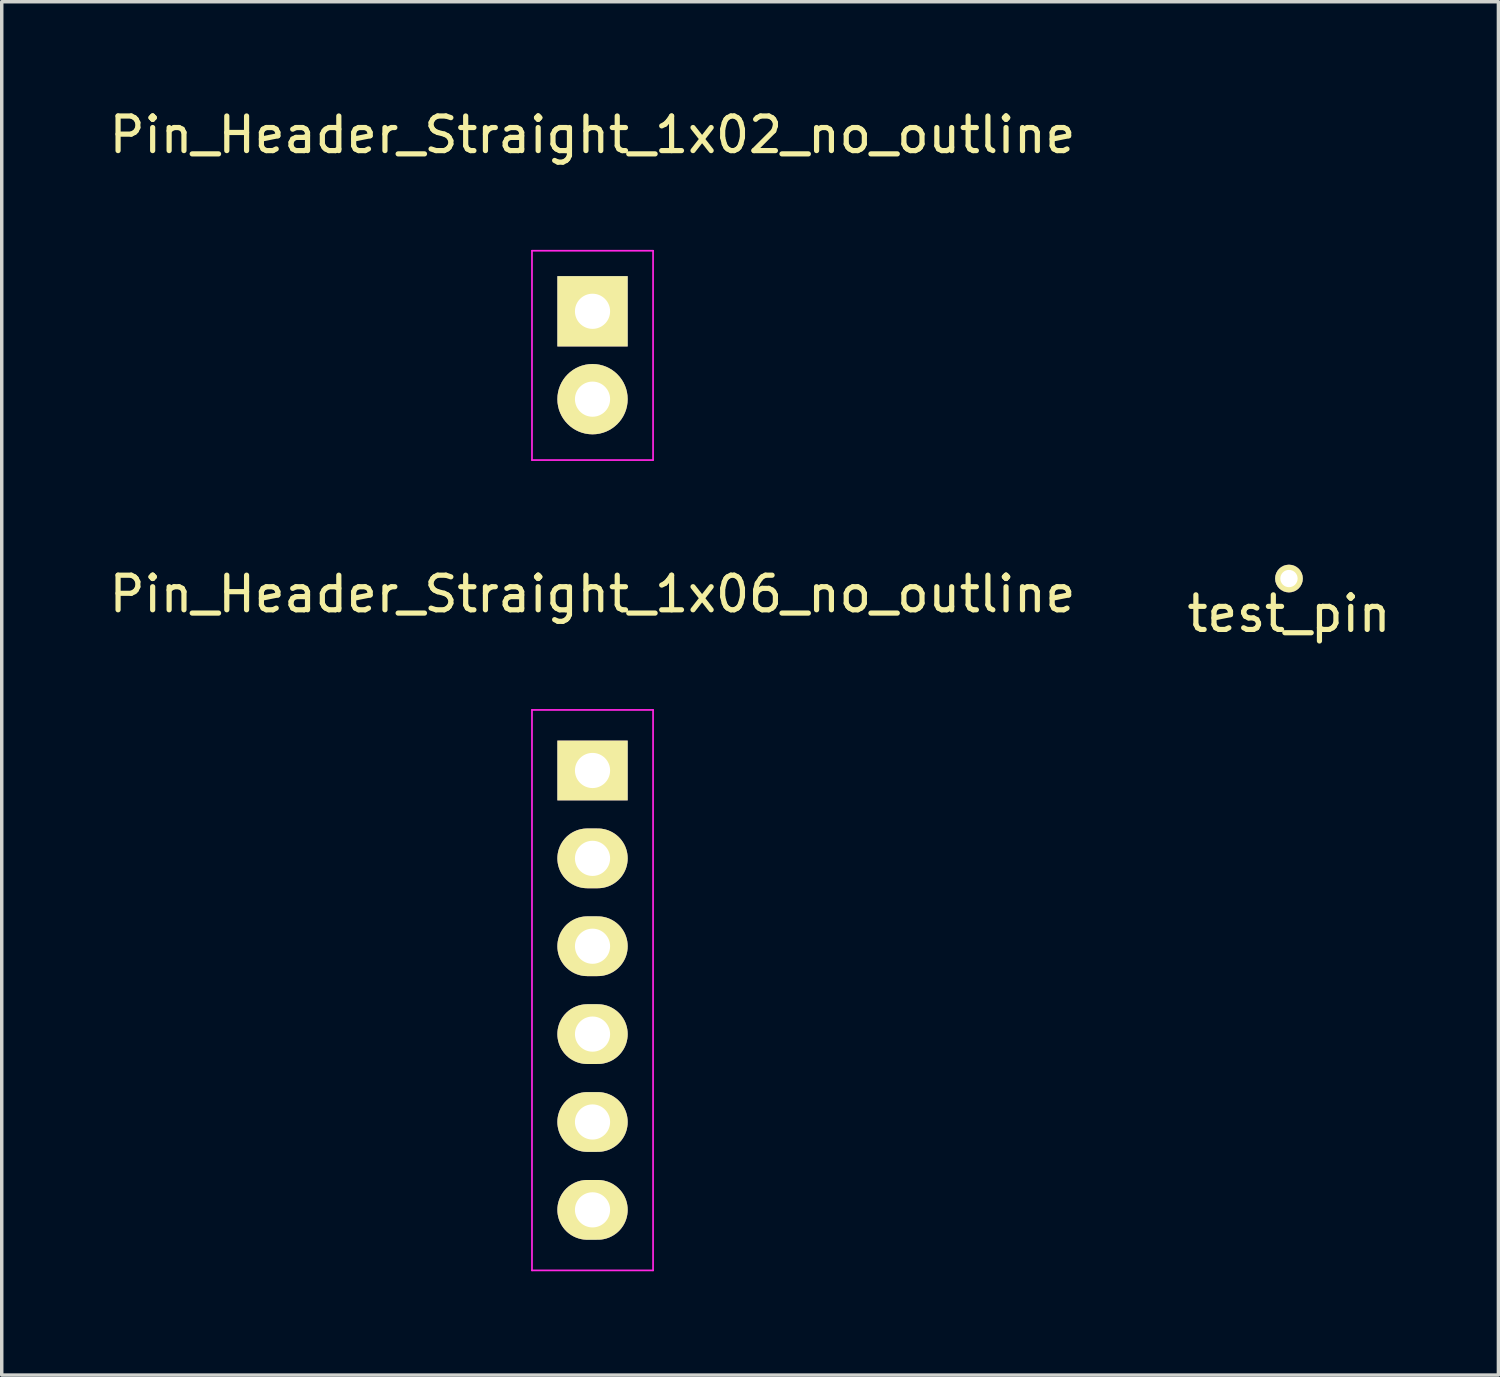
<source format=kicad_pcb>
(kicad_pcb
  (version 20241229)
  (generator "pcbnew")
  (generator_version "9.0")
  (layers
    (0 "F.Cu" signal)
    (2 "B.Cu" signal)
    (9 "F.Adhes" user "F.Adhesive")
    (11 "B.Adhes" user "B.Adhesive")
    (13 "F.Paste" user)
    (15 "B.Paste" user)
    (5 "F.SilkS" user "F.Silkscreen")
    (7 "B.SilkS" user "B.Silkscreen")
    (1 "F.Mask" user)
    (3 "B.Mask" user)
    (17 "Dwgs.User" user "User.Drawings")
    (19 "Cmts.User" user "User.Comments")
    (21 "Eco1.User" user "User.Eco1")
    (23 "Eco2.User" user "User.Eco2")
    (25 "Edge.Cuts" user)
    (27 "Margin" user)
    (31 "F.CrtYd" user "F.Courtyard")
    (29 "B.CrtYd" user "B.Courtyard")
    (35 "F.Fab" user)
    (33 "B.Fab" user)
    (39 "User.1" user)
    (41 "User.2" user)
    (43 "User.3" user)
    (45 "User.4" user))
  (footprint "Pin_Header_Straight_1x06_no_outline"
    (layer "F.Cu")
    (at 14.077 19.221)
    (property "Reference" "Pin_Header_Straight_1x06_no_outline" (at 0 -5.1 0) (layer "F.SilkS") (effects (font (size 1 1) (thickness 0.15))))
    (attr through_hole)
    (fp_line (start -1.75 -1.75) (end -1.75 14.45) (stroke (width 0.05) (type solid)) (layer "F.CrtYd"))
    (fp_line (start -1.75 -1.75) (end 1.75 -1.75) (stroke (width 0.05) (type solid)) (layer "F.CrtYd"))
    (fp_line (start -1.75 14.45) (end 1.75 14.45) (stroke (width 0.05) (type solid)) (layer "F.CrtYd"))
    (fp_line (start 1.75 -1.75) (end 1.75 14.45) (stroke (width 0.05) (type solid)) (layer "F.CrtYd"))
    (pad "1" thru_hole rect (at 0 0) (size 2.032 1.727) (drill 1.016) (layers "*.Cu" "*.Mask" "F.SilkS"))
    (pad "2" thru_hole oval (at 0 2.54) (size 2.032 1.727) (drill 1.016) (layers "*.Cu" "*.Mask" "F.SilkS"))
    (pad "3" thru_hole oval (at 0 5.08) (size 2.032 1.727) (drill 1.016) (layers "*.Cu" "*.Mask" "F.SilkS"))
    (pad "4" thru_hole oval (at 0 7.62) (size 2.032 1.727) (drill 1.016) (layers "*.Cu" "*.Mask" "F.SilkS"))
    (pad "5" thru_hole oval (at 0 10.16) (size 2.032 1.727) (drill 1.016) (layers "*.Cu" "*.Mask" "F.SilkS"))
    (pad "6" thru_hole oval (at 0 12.7) (size 2.032 1.727) (drill 1.016) (layers "*.Cu" "*.Mask" "F.SilkS")))
  (footprint "Pin_Header_Straight_1x02_no_outline"
    (layer "F.Cu")
    (at 14.077 5.948)
    (property "Reference" "Pin_Header_Straight_1x02_no_outline" (at 0 -5.1 0) (layer "F.SilkS") (effects (font (size 1 1) (thickness 0.15))))
    (attr through_hole)
    (fp_line (start -1.75 -1.75) (end -1.75 4.3) (stroke (width 0.05) (type solid)) (layer "F.CrtYd"))
    (fp_line (start -1.75 -1.75) (end 1.75 -1.75) (stroke (width 0.05) (type solid)) (layer "F.CrtYd"))
    (fp_line (start -1.75 4.3) (end 1.75 4.3) (stroke (width 0.05) (type solid)) (layer "F.CrtYd"))
    (fp_line (start 1.75 -1.75) (end 1.75 4.3) (stroke (width 0.05) (type solid)) (layer "F.CrtYd"))
    (pad "1" thru_hole rect (at 0 0) (size 2.032 2.032) (drill 1.016) (layers "*.Cu" "*.Mask" "F.SilkS"))
    (pad "2" thru_hole oval (at 0 2.54) (size 2.032 2.032) (drill 1.016) (layers "*.Cu" "*.Mask" "F.SilkS")))
  (footprint "test_pin"
    (layer "F.Cu")
    (at 34.208 13.673)
    (property "Reference" "test_pin" (at 0 1.016 0) (layer "F.SilkS") (effects (font (size 1 1) (thickness 0.15))))
    (attr through_hole)
    (pad "1" thru_hole circle (at 0 0) (size 0.8 0.8) (drill 0.5) (layers "*.Cu" "*.Mask" "F.SilkS")))
  (gr_rect
    (start -3 -3)
    (end 40.262 36.697)
    (stroke (width 0.1) (type default))
    (fill no)
    (layer "Edge.Cuts")))
</source>
